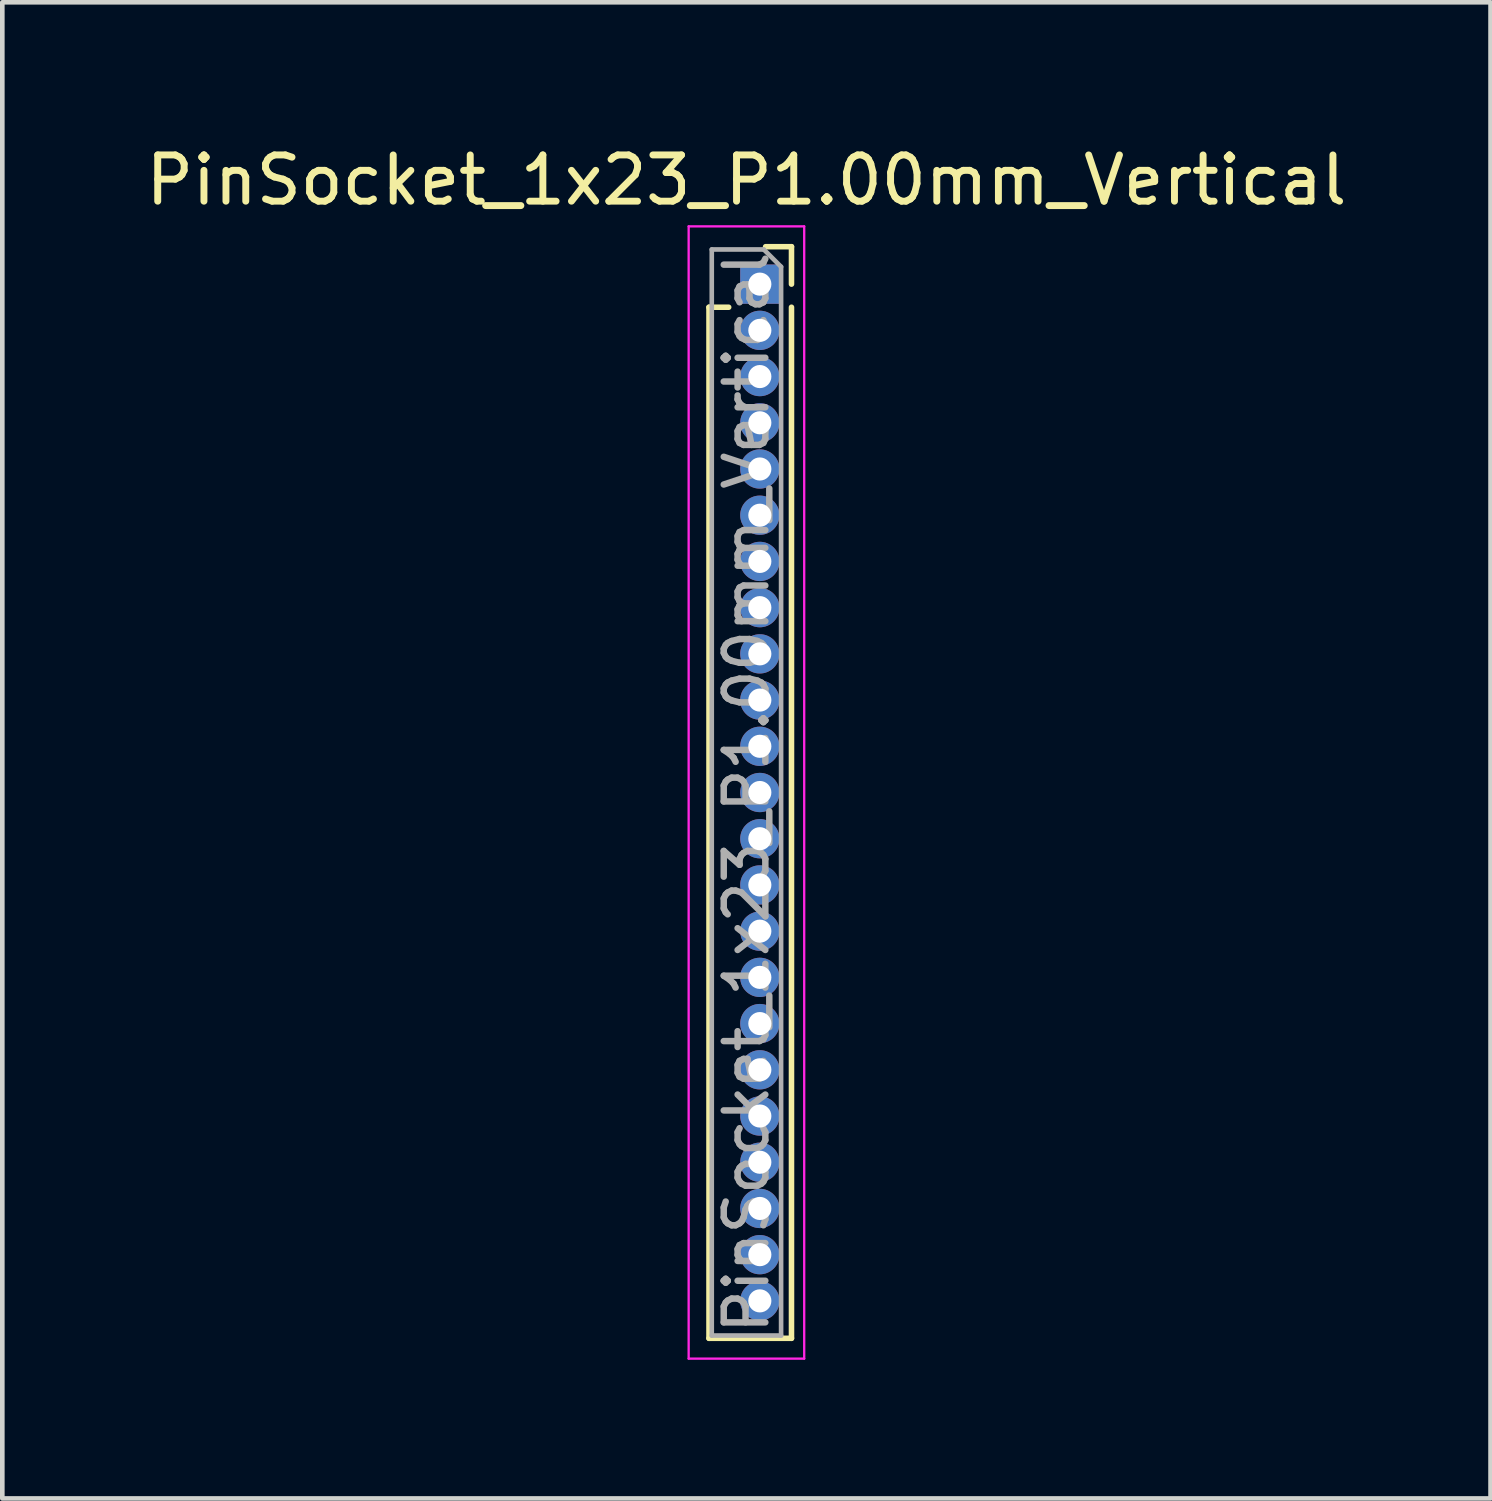
<source format=kicad_pcb>
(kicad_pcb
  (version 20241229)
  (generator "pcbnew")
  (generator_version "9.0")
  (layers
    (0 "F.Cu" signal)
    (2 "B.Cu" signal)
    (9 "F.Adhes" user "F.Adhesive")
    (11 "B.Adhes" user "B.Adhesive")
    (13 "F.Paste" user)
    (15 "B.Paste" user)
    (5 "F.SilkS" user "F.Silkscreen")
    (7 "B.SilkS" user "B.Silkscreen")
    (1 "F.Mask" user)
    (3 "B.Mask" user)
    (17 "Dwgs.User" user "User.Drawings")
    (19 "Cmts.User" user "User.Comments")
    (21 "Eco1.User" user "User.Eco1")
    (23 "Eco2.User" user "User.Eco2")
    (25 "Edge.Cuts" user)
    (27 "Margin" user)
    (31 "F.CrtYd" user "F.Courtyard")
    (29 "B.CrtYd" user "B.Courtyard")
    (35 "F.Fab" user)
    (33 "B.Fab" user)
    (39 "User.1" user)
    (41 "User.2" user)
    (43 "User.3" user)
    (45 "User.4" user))
  (footprint "PinSocket_1x23_P1.00mm_Vertical"
    (layer "F.Cu")
    (at 13.391 3.098)
    (property "Reference" "PinSocket_1x23_P1.00mm_Vertical" (at -0.29 -2.25 0) (layer "F.SilkS") (effects (font (size 1 1) (thickness 0.15))))
    (attr through_hole)
    (fp_line (start -1.1 0.5) (end -1.1 22.81) (stroke (width 0.12) (type solid)) (layer "F.SilkS"))
    (fp_line (start -1.1 0.5) (end -0.674 0.5) (stroke (width 0.12) (type solid)) (layer "F.SilkS"))
    (fp_line (start -1.1 22.81) (end 0.685 22.81) (stroke (width 0.12) (type solid)) (layer "F.SilkS"))
    (fp_line (start 0.125 -0.81) (end 0.685 -0.81) (stroke (width 0.12) (type solid)) (layer "F.SilkS"))
    (fp_line (start 0.685 -0.81) (end 0.685 0) (stroke (width 0.12) (type solid)) (layer "F.SilkS"))
    (fp_line (start 0.685 0.5) (end 0.685 22.81) (stroke (width 0.12) (type solid)) (layer "F.SilkS"))
    (fp_line (start -1.54 -1.25) (end 0.96 -1.25) (stroke (width 0.05) (type solid)) (layer "F.CrtYd"))
    (fp_line (start -1.54 23.25) (end -1.54 -1.25) (stroke (width 0.05) (type solid)) (layer "F.CrtYd"))
    (fp_line (start 0.96 -1.25) (end 0.96 23.25) (stroke (width 0.05) (type solid)) (layer "F.CrtYd"))
    (fp_line (start 0.96 23.25) (end -1.54 23.25) (stroke (width 0.05) (type solid)) (layer "F.CrtYd"))
    (fp_line (start -1.04 -0.75) (end 0.085 -0.75) (stroke (width 0.1) (type solid)) (layer "F.Fab"))
    (fp_line (start -1.04 22.75) (end -1.04 -0.75) (stroke (width 0.1) (type solid)) (layer "F.Fab"))
    (fp_line (start 0.085 -0.75) (end 0.46 -0.375) (stroke (width 0.1) (type solid)) (layer "F.Fab"))
    (fp_line (start 0.46 -0.375) (end 0.46 22.75) (stroke (width 0.1) (type solid)) (layer "F.Fab"))
    (fp_line (start 0.46 22.75) (end -1.04 22.75) (stroke (width 0.1) (type solid)) (layer "F.Fab"))
    (fp_text user "${REFERENCE}" (at -0.29 11 90) (layer "F.Fab") (effects (font (size 0.9 0.9) (thickness 0.14))))
    (pad "1" thru_hole rect (at 0 0) (size 0.85 0.85) (drill 0.5) (layers "*.Cu" "*.Mask"))
    (pad "2" thru_hole oval (at 0 1) (size 0.85 0.85) (drill 0.5) (layers "*.Cu" "*.Mask"))
    (pad "3" thru_hole oval (at 0 2) (size 0.85 0.85) (drill 0.5) (layers "*.Cu" "*.Mask"))
    (pad "4" thru_hole oval (at 0 3) (size 0.85 0.85) (drill 0.5) (layers "*.Cu" "*.Mask"))
    (pad "5" thru_hole oval (at 0 4) (size 0.85 0.85) (drill 0.5) (layers "*.Cu" "*.Mask"))
    (pad "6" thru_hole oval (at 0 5) (size 0.85 0.85) (drill 0.5) (layers "*.Cu" "*.Mask"))
    (pad "7" thru_hole oval (at 0 6) (size 0.85 0.85) (drill 0.5) (layers "*.Cu" "*.Mask"))
    (pad "8" thru_hole oval (at 0 7) (size 0.85 0.85) (drill 0.5) (layers "*.Cu" "*.Mask"))
    (pad "9" thru_hole oval (at 0 8) (size 0.85 0.85) (drill 0.5) (layers "*.Cu" "*.Mask"))
    (pad "10" thru_hole oval (at 0 9) (size 0.85 0.85) (drill 0.5) (layers "*.Cu" "*.Mask"))
    (pad "11" thru_hole oval (at 0 10) (size 0.85 0.85) (drill 0.5) (layers "*.Cu" "*.Mask"))
    (pad "12" thru_hole oval (at 0 11) (size 0.85 0.85) (drill 0.5) (layers "*.Cu" "*.Mask"))
    (pad "13" thru_hole oval (at 0 12) (size 0.85 0.85) (drill 0.5) (layers "*.Cu" "*.Mask"))
    (pad "14" thru_hole oval (at 0 13) (size 0.85 0.85) (drill 0.5) (layers "*.Cu" "*.Mask"))
    (pad "15" thru_hole oval (at 0 14) (size 0.85 0.85) (drill 0.5) (layers "*.Cu" "*.Mask"))
    (pad "16" thru_hole oval (at 0 15) (size 0.85 0.85) (drill 0.5) (layers "*.Cu" "*.Mask"))
    (pad "17" thru_hole oval (at 0 16) (size 0.85 0.85) (drill 0.5) (layers "*.Cu" "*.Mask"))
    (pad "18" thru_hole oval (at 0 17) (size 0.85 0.85) (drill 0.5) (layers "*.Cu" "*.Mask"))
    (pad "19" thru_hole oval (at 0 18) (size 0.85 0.85) (drill 0.5) (layers "*.Cu" "*.Mask"))
    (pad "20" thru_hole oval (at 0 19) (size 0.85 0.85) (drill 0.5) (layers "*.Cu" "*.Mask"))
    (pad "21" thru_hole oval (at 0 20) (size 0.85 0.85) (drill 0.5) (layers "*.Cu" "*.Mask"))
    (pad "22" thru_hole oval (at 0 21) (size 0.85 0.85) (drill 0.5) (layers "*.Cu" "*.Mask"))
    (pad "23" thru_hole oval (at 0 22) (size 0.85 0.85) (drill 0.5) (layers "*.Cu" "*.Mask")))
  (gr_rect
    (start -3 -3)
    (end 29.202 29.373)
    (stroke (width 0.1) (type default))
    (fill no)
    (layer "Edge.Cuts")))
</source>
